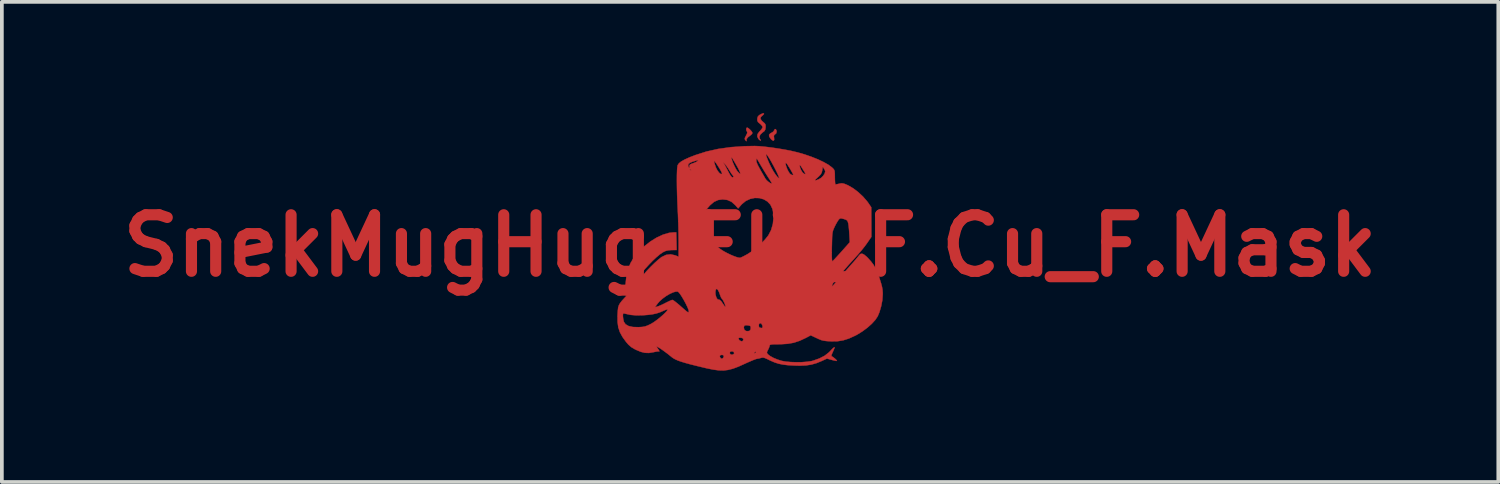
<source format=kicad_pcb>
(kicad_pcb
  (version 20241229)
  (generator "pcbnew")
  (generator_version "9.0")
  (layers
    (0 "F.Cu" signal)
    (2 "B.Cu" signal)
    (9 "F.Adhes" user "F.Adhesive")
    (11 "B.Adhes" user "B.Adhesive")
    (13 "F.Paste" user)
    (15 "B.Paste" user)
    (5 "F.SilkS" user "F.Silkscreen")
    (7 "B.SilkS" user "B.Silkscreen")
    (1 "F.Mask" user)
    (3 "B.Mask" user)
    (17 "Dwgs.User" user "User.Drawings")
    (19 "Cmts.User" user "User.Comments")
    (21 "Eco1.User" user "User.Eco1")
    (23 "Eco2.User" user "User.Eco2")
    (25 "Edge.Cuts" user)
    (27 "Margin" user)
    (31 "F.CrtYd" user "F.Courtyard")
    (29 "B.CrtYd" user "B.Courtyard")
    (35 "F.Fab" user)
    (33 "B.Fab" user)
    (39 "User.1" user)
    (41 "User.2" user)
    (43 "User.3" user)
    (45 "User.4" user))
  (footprint "SnekMugHug_FIX_F.Cu_F.Mask"
    (layer "F.Cu")
    (at 17.17 3.574)
    (property "Reference" "SnekMugHug_FIX_F.Cu_F.Mask" (at 0 0 0) (layer "F.Cu") (effects (font (size 1.524 1.524) (thickness 0.3))))
    (attr through_hole)
    (fp_poly (pts (xy 0.693 -3.142) (xy 0.712 -3.106) (xy 0.716 -3.085) (xy 0.707 -3.032) (xy 0.678 -3.006) (xy 0.648 -2.981) (xy 0.642 -2.942) (xy 0.647 -2.912) (xy 0.65 -2.853) (xy 0.633 -2.83) (xy 0.597 -2.845) (xy 0.564 -2.875) (xy 0.518 -2.939) (xy 0.512 -2.99) (xy 0.546 -3.029) (xy 0.573 -3.042) (xy 0.622 -3.072) (xy 0.65 -3.11) (xy 0.65 -3.111) (xy 0.669 -3.144) (xy 0.693 -3.142)) (stroke (width 0.01) (type solid)) (fill yes) (layer "F.Cu"))
    (fp_poly (pts (xy -0.061 -3.178) (xy -0.022 -3.149) (xy 0.019 -3.109) (xy 0.052 -3.067) (xy 0.064 -3.038) (xy 0.047 -3.007) (xy 0.014 -2.978) (xy -0.058 -2.923) (xy -0.095 -2.875) (xy -0.097 -2.844) (xy -0.092 -2.818) (xy -0.108 -2.826) (xy -0.129 -2.849) (xy -0.143 -2.876) (xy -0.138 -2.91) (xy -0.111 -2.964) (xy -0.108 -2.968) (xy -0.079 -3.029) (xy -0.076 -3.065) (xy -0.083 -3.076) (xy -0.103 -3.116) (xy -0.102 -3.16) (xy -0.086 -3.184) (xy -0.061 -3.178)) (stroke (width 0.01) (type solid)) (fill yes) (layer "F.Cu"))
    (fp_poly (pts (xy -1.986 -0.191) (xy -1.983 -0.1) (xy -1.982 -0.017) (xy -1.98 0.042) (xy -1.98 0.048) (xy -1.979 0.116) (xy -2.117 0.117) (xy -2.199 0.123) (xy -2.274 0.14) (xy -2.348 0.175) (xy -2.429 0.23) (xy -2.523 0.309) (xy -2.626 0.406) (xy -2.721 0.504) (xy -2.827 0.62) (xy -2.937 0.747) (xy -3.044 0.877) (xy -3.141 1) (xy -3.22 1.109) (xy -3.267 1.179) (xy -3.305 1.238) (xy -3.337 1.278) (xy -3.353 1.291) (xy -3.36 1.271) (xy -3.363 1.216) (xy -3.362 1.134) (xy -3.359 1.064) (xy -3.336 0.839) (xy -3.293 0.646) (xy -3.226 0.475) (xy -3.134 0.319) (xy -3.012 0.17) (xy -3.011 0.168) (xy -2.854 0.017) (xy -2.687 -0.114) (xy -2.515 -0.221) (xy -2.345 -0.299) (xy -2.182 -0.347) (xy -2.055 -0.36) (xy -1.99 -0.36) (xy -1.986 -0.191)) (stroke (width 0.01) (type solid)) (fill yes) (layer "F.Cu"))
    (fp_poly (pts (xy 0.376 -3.553) (xy 0.348 -3.522) (xy 0.333 -3.51) (xy 0.288 -3.465) (xy 0.281 -3.42) (xy 0.313 -3.37) (xy 0.35 -3.337) (xy 0.398 -3.295) (xy 0.418 -3.256) (xy 0.42 -3.202) (xy 0.419 -3.189) (xy 0.409 -3.128) (xy 0.383 -3.087) (xy 0.333 -3.05) (xy 0.276 -2.997) (xy 0.252 -2.937) (xy 0.264 -2.881) (xy 0.279 -2.862) (xy 0.293 -2.84) (xy 0.281 -2.836) (xy 0.252 -2.852) (xy 0.223 -2.883) (xy 0.194 -2.947) (xy 0.202 -3.009) (xy 0.249 -3.075) (xy 0.265 -3.09) (xy 0.308 -3.14) (xy 0.335 -3.183) (xy 0.339 -3.198) (xy 0.323 -3.232) (xy 0.283 -3.275) (xy 0.263 -3.291) (xy 0.215 -3.333) (xy 0.196 -3.372) (xy 0.195 -3.422) (xy 0.207 -3.476) (xy 0.241 -3.515) (xy 0.28 -3.54) (xy 0.337 -3.566) (xy 0.37 -3.569) (xy 0.376 -3.553)) (stroke (width 0.01) (type solid)) (fill yes) (layer "F.Cu"))
    (fp_poly (pts (xy 0.245 -2.683) (xy 0.395 -2.669) (xy 0.57 -2.648) (xy 0.759 -2.62) (xy 0.954 -2.587) (xy 1.094 -2.56) (xy 1.281 -2.516) (xy 1.471 -2.461) (xy 1.656 -2.397) (xy 1.829 -2.328) (xy 1.983 -2.255) (xy 2.111 -2.183) (xy 2.205 -2.113) (xy 2.214 -2.105) (xy 2.248 -2.072) (xy 2.269 -2.042) (xy 2.28 -2.005) (xy 2.285 -1.95) (xy 2.286 -1.866) (xy 2.286 -1.844) (xy 2.288 -1.76) (xy 2.292 -1.694) (xy 2.298 -1.657) (xy 2.302 -1.652) (xy 2.331 -1.656) (xy 2.384 -1.667) (xy 2.408 -1.673) (xy 2.458 -1.682) (xy 2.502 -1.68) (xy 2.554 -1.665) (xy 2.625 -1.635) (xy 2.652 -1.622) (xy 2.781 -1.547) (xy 2.916 -1.444) (xy 3.045 -1.324) (xy 3.155 -1.197) (xy 3.186 -1.155) (xy 3.267 -1.036) (xy 3.269 -0.637) (xy 3.27 -0.238) (xy 3.148 -0.061) (xy 3.086 0.023) (xy 3.005 0.124) (xy 2.914 0.232) (xy 2.822 0.334) (xy 2.809 0.349) (xy 2.718 0.448) (xy 2.625 0.552) (xy 2.54 0.65) (xy 2.472 0.73) (xy 2.462 0.742) (xy 2.402 0.814) (xy 2.349 0.876) (xy 2.31 0.919) (xy 2.298 0.931) (xy 2.266 0.966) (xy 2.235 1.014) (xy 2.213 1.06) (xy 2.207 1.091) (xy 2.208 1.094) (xy 2.225 1.083) (xy 2.262 1.045) (xy 2.313 0.987) (xy 2.353 0.94) (xy 2.42 0.86) (xy 2.505 0.762) (xy 2.597 0.656) (xy 2.686 0.555) (xy 2.692 0.548) (xy 2.769 0.462) (xy 2.838 0.383) (xy 2.892 0.317) (xy 2.927 0.274) (xy 2.933 0.266) (xy 2.972 0.224) (xy 3.017 0.214) (xy 3.072 0.238) (xy 3.143 0.297) (xy 3.179 0.333) (xy 3.264 0.428) (xy 3.33 0.516) (xy 3.385 0.611) (xy 3.435 0.723) (xy 3.485 0.863) (xy 3.494 0.892) (xy 3.532 1.014) (xy 3.557 1.109) (xy 3.571 1.19) (xy 3.577 1.27) (xy 3.577 1.309) (xy 3.566 1.466) (xy 3.534 1.633) (xy 3.487 1.793) (xy 3.44 1.904) (xy 3.376 2) (xy 3.281 2.104) (xy 3.162 2.21) (xy 3.027 2.31) (xy 2.885 2.398) (xy 2.835 2.424) (xy 2.666 2.501) (xy 2.512 2.55) (xy 2.36 2.575) (xy 2.195 2.578) (xy 2.174 2.577) (xy 2.068 2.571) (xy 1.99 2.561) (xy 1.924 2.545) (xy 1.854 2.517) (xy 1.797 2.491) (xy 1.636 2.415) (xy 1.501 2.486) (xy 1.336 2.563) (xy 1.178 2.615) (xy 1.013 2.644) (xy 0.825 2.656) (xy 0.788 2.656) (xy 0.678 2.657) (xy 0.603 2.66) (xy 0.558 2.666) (xy 0.535 2.675) (xy 0.529 2.688) (xy 0.52 2.726) (xy 0.496 2.782) (xy 0.486 2.802) (xy 0.46 2.854) (xy 0.454 2.885) (xy 0.467 2.91) (xy 0.48 2.926) (xy 0.541 2.974) (xy 0.631 3.024) (xy 0.741 3.069) (xy 0.852 3.104) (xy 0.962 3.124) (xy 1.098 3.136) (xy 1.248 3.141) (xy 1.399 3.139) (xy 1.538 3.128) (xy 1.654 3.111) (xy 1.693 3.101) (xy 1.869 3.039) (xy 2.01 2.966) (xy 2.125 2.876) (xy 2.165 2.836) (xy 2.215 2.782) (xy 2.255 2.747) (xy 2.276 2.735) (xy 2.277 2.736) (xy 2.275 2.759) (xy 2.256 2.808) (xy 2.232 2.86) (xy 2.2 2.933) (xy 2.193 2.973) (xy 2.2 2.98) (xy 2.232 2.999) (xy 2.274 3.031) (xy 2.314 3.066) (xy 2.339 3.095) (xy 2.342 3.105) (xy 2.318 3.105) (xy 2.266 3.095) (xy 2.203 3.078) (xy 2.073 3.042) (xy 1.928 3.109) (xy 1.788 3.166) (xy 1.65 3.205) (xy 1.504 3.227) (xy 1.337 3.234) (xy 1.185 3.23) (xy 1.02 3.22) (xy 0.885 3.204) (xy 0.769 3.18) (xy 0.66 3.145) (xy 0.547 3.096) (xy 0.512 3.079) (xy 0.432 3.041) (xy 0.378 3.02) (xy 0.338 3.015) (xy 0.301 3.022) (xy 0.292 3.025) (xy 0.233 3.041) (xy 0.185 3.048) (xy 0.152 3.057) (xy 0.089 3.081) (xy 0.003 3.117) (xy -0.097 3.161) (xy -0.145 3.183) (xy -0.313 3.259) (xy -0.457 3.313) (xy -0.587 3.347) (xy -0.712 3.363) (xy -0.843 3.36) (xy -0.991 3.34) (xy -1.165 3.305) (xy -1.228 3.29) (xy -1.436 3.24) (xy -1.607 3.197) (xy -1.746 3.159) (xy -1.858 3.125) (xy -1.946 3.094) (xy -2.016 3.063) (xy -2.071 3.032) (xy -2.118 2.998) (xy -2.127 2.99) (xy -2.159 2.964) (xy -0.815 2.964) (xy -0.814 2.996) (xy -0.793 3.03) (xy -0.763 3.048) (xy -0.762 3.048) (xy -0.737 3.034) (xy -0.72 3.017) (xy -0.706 2.977) (xy -0.727 2.949) (xy -0.762 2.942) (xy -0.802 2.953) (xy -0.815 2.964) (xy -2.159 2.964) (xy -2.202 2.929) (xy -2.273 2.875) (xy -0.546 2.875) (xy -0.543 2.91) (xy -0.515 2.935) (xy -0.473 2.937) (xy -0.438 2.917) (xy -0.428 2.897) (xy -0.435 2.879) (xy 0.116 2.879) (xy 0.117 2.898) (xy 0.125 2.9) (xy 0.154 2.884) (xy 0.159 2.879) (xy 0.158 2.859) (xy 0.151 2.857) (xy 0.121 2.873) (xy 0.116 2.879) (xy -0.435 2.879) (xy -0.44 2.865) (xy -0.47 2.85) (xy -0.521 2.849) (xy -0.546 2.875) (xy -2.273 2.875) (xy -2.281 2.869) (xy -2.357 2.814) (xy -2.424 2.768) (xy -2.477 2.736) (xy -2.51 2.72) (xy -2.518 2.725) (xy -2.514 2.732) (xy -2.47 2.797) (xy -2.446 2.838) (xy -2.446 2.852) (xy -2.451 2.85) (xy -2.481 2.848) (xy -2.539 2.856) (xy -2.612 2.872) (xy -2.613 2.872) (xy -2.727 2.891) (xy -2.835 2.887) (xy -2.949 2.859) (xy -3.079 2.804) (xy -3.107 2.79) (xy -3.203 2.733) (xy -3.282 2.663) (xy -3.343 2.592) (xy -3.407 2.503) (xy -0.315 2.503) (xy -0.291 2.542) (xy -0.283 2.55) (xy -0.239 2.576) (xy -0.201 2.571) (xy -0.181 2.538) (xy -0.18 2.529) (xy -0.191 2.498) (xy -0.231 2.483) (xy -0.249 2.48) (xy -0.301 2.483) (xy -0.315 2.503) (xy -3.407 2.503) (xy -3.441 2.456) (xy -3.51 2.329) (xy -3.549 2.209) (xy -0.169 2.209) (xy -0.153 2.269) (xy -0.107 2.3) (xy -0.053 2.303) (xy -0.008 2.292) (xy 0.012 2.262) (xy 0.017 2.229) (xy 0.017 2.183) (xy -0.001 2.16) (xy -0.005 2.159) (xy 0.234 2.159) (xy 0.246 2.198) (xy 0.259 2.208) (xy 0.312 2.22) (xy 0.337 2.202) (xy 0.339 2.189) (xy 0.328 2.137) (xy 0.301 2.098) (xy 0.269 2.087) (xy 0.264 2.088) (xy 0.24 2.116) (xy 0.234 2.159) (xy -0.005 2.159) (xy -0.05 2.148) (xy -0.119 2.142) (xy -0.157 2.159) (xy -0.169 2.203) (xy -0.169 2.209) (xy -3.549 2.209) (xy -3.552 2.2) (xy -3.572 2.056) (xy -3.573 1.888) (xy -3.428 1.888) (xy -3.428 1.897) (xy -3.42 1.974) (xy -3.402 2.049) (xy -3.401 2.052) (xy -3.356 2.118) (xy -3.275 2.165) (xy -3.158 2.191) (xy -3.006 2.196) (xy -2.995 2.195) (xy -2.902 2.189) (xy -2.831 2.176) (xy -2.761 2.151) (xy -2.676 2.11) (xy -2.667 2.105) (xy -2.597 2.063) (xy -2.518 2.006) (xy -2.435 1.941) (xy -2.357 1.874) (xy -2.291 1.812) (xy -2.244 1.76) (xy -2.223 1.724) (xy -2.223 1.721) (xy -2.24 1.719) (xy -2.285 1.733) (xy -2.344 1.758) (xy -2.44 1.799) (xy -2.533 1.828) (xy -2.636 1.85) (xy -2.76 1.865) (xy -2.879 1.874) (xy -3.063 1.878) (xy -3.224 1.864) (xy -3.379 1.83) (xy -3.381 1.829) (xy -3.412 1.824) (xy -3.425 1.841) (xy -3.428 1.888) (xy -3.573 1.888) (xy -3.573 1.887) (xy -3.572 1.849) (xy -3.565 1.747) (xy -3.556 1.67) (xy -3.552 1.657) (xy -2.565 1.657) (xy -2.505 1.642) (xy -2.458 1.626) (xy -2.388 1.596) (xy -2.306 1.557) (xy -2.282 1.544) (xy -2.205 1.506) (xy -2.142 1.477) (xy -2.102 1.462) (xy -2.095 1.46) (xy -2.063 1.475) (xy -2.003 1.52) (xy -1.913 1.594) (xy -1.794 1.699) (xy -1.771 1.719) (xy -1.71 1.771) (xy -1.673 1.794) (xy -1.655 1.791) (xy -1.651 1.766) (xy -1.662 1.72) (xy -1.69 1.65) (xy -1.731 1.565) (xy -1.78 1.474) (xy -1.831 1.387) (xy -1.879 1.312) (xy -1.92 1.259) (xy -1.939 1.244) (xy -0.935 1.244) (xy -0.932 1.307) (xy -0.917 1.37) (xy -0.894 1.422) (xy -0.868 1.45) (xy -0.854 1.451) (xy -0.818 1.46) (xy -0.772 1.504) (xy -0.719 1.582) (xy -0.717 1.585) (xy -0.684 1.633) (xy -0.666 1.644) (xy -0.665 1.621) (xy -0.682 1.567) (xy -0.694 1.539) (xy -0.723 1.481) (xy -0.749 1.44) (xy -0.758 1.431) (xy -0.778 1.404) (xy -0.8 1.352) (xy -0.804 1.338) (xy -0.838 1.246) (xy -0.87 1.187) (xy -0.898 1.163) (xy -0.92 1.176) (xy -0.934 1.229) (xy -0.935 1.244) (xy -1.939 1.244) (xy -1.945 1.238) (xy -2 1.236) (xy -2.077 1.258) (xy -2.168 1.3) (xy -2.264 1.357) (xy -2.356 1.424) (xy -2.438 1.497) (xy -2.487 1.553) (xy -2.565 1.657) (xy -3.552 1.657) (xy -3.537 1.607) (xy -3.505 1.549) (xy -3.456 1.486) (xy -3.383 1.406) (xy -3.345 1.365) (xy -3.161 1.162) (xy -3.009 0.969) (xy -2.933 0.861) (xy -2.869 0.777) (xy -2.782 0.676) (xy -2.681 0.57) (xy -2.577 0.468) (xy -2.477 0.378) (xy -2.393 0.311) (xy -2.382 0.304) (xy -2.264 0.247) (xy -2.143 0.232) (xy -2.018 0.259) (xy -2.003 0.265) (xy -1.926 0.297) (xy -1.926 -0.111) (xy -1.928 -0.276) (xy -1.931 -0.464) (xy -1.936 -0.654) (xy -1.937 -0.656) (xy -1.259 -0.656) (xy -1.257 -0.563) (xy -1.249 -0.495) (xy -1.232 -0.437) (xy -1.202 -0.373) (xy -1.186 -0.342) (xy -1.061 -0.154) (xy -0.901 0.012) (xy -0.796 0.094) (xy -0.716 0.145) (xy -0.621 0.197) (xy -0.521 0.245) (xy -0.426 0.285) (xy -0.344 0.313) (xy -0.284 0.326) (xy -0.265 0.325) (xy -0.227 0.309) (xy -0.164 0.279) (xy -0.089 0.238) (xy -0.067 0.226) (xy 0.011 0.175) (xy 2.203 0.175) (xy 2.204 0.29) (xy 2.207 0.371) (xy 2.213 0.414) (xy 2.218 0.42) (xy 2.238 0.403) (xy 2.281 0.359) (xy 2.341 0.294) (xy 2.414 0.214) (xy 2.464 0.159) (xy 2.689 -0.095) (xy 2.676 -0.318) (xy 2.669 -0.419) (xy 2.66 -0.514) (xy 2.65 -0.587) (xy 2.644 -0.616) (xy 2.627 -0.665) (xy 2.599 -0.694) (xy 2.545 -0.715) (xy 2.526 -0.721) (xy 2.466 -0.736) (xy 2.43 -0.736) (xy 2.404 -0.718) (xy 2.385 -0.697) (xy 2.355 -0.651) (xy 2.316 -0.583) (xy 2.278 -0.508) (xy 2.256 -0.459) (xy 2.239 -0.416) (xy 2.227 -0.372) (xy 2.219 -0.319) (xy 2.213 -0.25) (xy 2.21 -0.157) (xy 2.207 -0.032) (xy 2.205 0.029) (xy 2.203 0.175) (xy 0.011 0.175) (xy 0.049 0.151) (xy 0.174 0.053) (xy 0.296 -0.057) (xy 0.405 -0.169) (xy 0.488 -0.272) (xy 0.493 -0.279) (xy 0.568 -0.423) (xy 0.615 -0.588) (xy 0.632 -0.761) (xy 0.617 -0.929) (xy 0.602 -0.994) (xy 0.549 -1.106) (xy 0.468 -1.192) (xy 0.367 -1.252) (xy 0.251 -1.284) (xy 0.128 -1.288) (xy 0.004 -1.262) (xy -0.115 -1.207) (xy -0.221 -1.12) (xy -0.241 -1.098) (xy -0.321 -1.005) (xy -0.399 -1.094) (xy -0.499 -1.183) (xy -0.613 -1.234) (xy -0.741 -1.249) (xy -0.86 -1.233) (xy -0.969 -1.183) (xy -1.074 -1.095) (xy -1.095 -1.073) (xy -1.171 -0.985) (xy -1.219 -0.908) (xy -1.246 -0.829) (xy -1.257 -0.733) (xy -1.259 -0.656) (xy -1.937 -0.656) (xy -1.943 -0.83) (xy -1.947 -0.91) (xy -1.958 -1.143) (xy -1.966 -1.363) (xy -1.971 -1.565) (xy -1.973 -1.745) (xy -1.972 -1.9) (xy -1.968 -2.025) (xy -1.965 -2.068) (xy -1.626 -2.068) (xy -1.621 -2.056) (xy -1.6 -2.034) (xy -1.588 -2.038) (xy -1.587 -2.041) (xy -1.603 -2.059) (xy -1.612 -2.066) (xy -1.626 -2.068) (xy -1.965 -2.068) (xy -1.961 -2.116) (xy -1.952 -2.169) (xy -1.951 -2.17) (xy -1.669 -2.17) (xy -1.659 -2.129) (xy -1.643 -2.098) (xy -1.634 -2.108) (xy -1.635 -2.143) (xy -1.632 -2.174) (xy -1.606 -2.197) (xy -1.548 -2.22) (xy -1.541 -2.222) (xy -1.483 -2.244) (xy -1.436 -2.268) (xy -1.43 -2.272) (xy -0.97 -2.272) (xy -0.959 -2.225) (xy -0.951 -2.195) (xy -0.921 -2.11) (xy -0.883 -2.035) (xy -0.841 -1.976) (xy -0.801 -1.939) (xy -0.768 -1.931) (xy -0.754 -1.943) (xy -0.761 -1.966) (xy -0.786 -2.017) (xy -0.826 -2.086) (xy -0.859 -2.138) (xy -0.914 -2.223) (xy -0.936 -2.254) (xy -0.725 -2.254) (xy -0.672 -2.159) (xy -0.631 -2.082) (xy -0.585 -1.994) (xy -0.563 -1.953) (xy -0.528 -1.893) (xy -0.495 -1.853) (xy -0.476 -1.841) (xy -0.448 -1.852) (xy -0.445 -1.861) (xy -0.46 -1.89) (xy -0.464 -1.893) (xy -0.484 -1.917) (xy -0.517 -1.966) (xy -0.548 -2.016) (xy -0.594 -2.089) (xy -0.642 -2.158) (xy -0.669 -2.191) (xy -0.725 -2.254) (xy -0.936 -2.254) (xy -0.949 -2.272) (xy -0.967 -2.288) (xy -0.97 -2.272) (xy -1.43 -2.272) (xy -1.406 -2.288) (xy -1.399 -2.301) (xy -1.42 -2.302) (xy -1.439 -2.298) (xy -1.547 -2.266) (xy -1.618 -2.237) (xy -1.657 -2.206) (xy -1.669 -2.17) (xy -1.951 -2.17) (xy -1.95 -2.173) (xy -1.918 -2.221) (xy -1.857 -2.27) (xy -1.765 -2.322) (xy -1.685 -2.358) (xy -0.501 -2.358) (xy -0.486 -2.304) (xy -0.46 -2.234) (xy -0.426 -2.157) (xy -0.39 -2.085) (xy -0.356 -2.027) (xy -0.34 -2.006) (xy -0.293 -1.955) (xy -0.267 -1.939) (xy -0.264 -1.957) (xy -0.282 -2.006) (xy -0.321 -2.086) (xy -0.373 -2.179) (xy -0.421 -2.262) (xy -0.447 -2.305) (xy 0.169 -2.305) (xy 0.171 -2.279) (xy 0.177 -2.25) (xy 0.19 -2.215) (xy 0.212 -2.166) (xy 0.247 -2.101) (xy 0.296 -2.012) (xy 0.363 -1.896) (xy 0.415 -1.805) (xy 0.448 -1.764) (xy 0.494 -1.723) (xy 0.54 -1.692) (xy 0.576 -1.678) (xy 0.587 -1.681) (xy 0.579 -1.7) (xy 0.552 -1.745) (xy 0.536 -1.771) (xy 1.75 -1.771) (xy 1.752 -1.762) (xy 1.777 -1.765) (xy 1.789 -1.767) (xy 1.849 -1.79) (xy 1.912 -1.827) (xy 1.918 -1.831) (xy 1.969 -1.882) (xy 2.008 -1.94) (xy 2.01 -1.946) (xy 2.026 -1.998) (xy 2.016 -2.039) (xy 1.998 -2.069) (xy 1.959 -2.127) (xy 1.946 -2.033) (xy 1.932 -1.974) (xy 1.905 -1.925) (xy 1.856 -1.871) (xy 1.829 -1.846) (xy 1.775 -1.797) (xy 1.75 -1.771) (xy 0.536 -1.771) (xy 0.511 -1.81) (xy 0.489 -1.843) (xy 0.43 -1.936) (xy 0.362 -2.046) (xy 0.297 -2.155) (xy 0.277 -2.19) (xy 0.229 -2.273) (xy 0.198 -2.324) (xy 0.18 -2.345) (xy 0.172 -2.341) (xy 0.169 -2.315) (xy 0.169 -2.305) (xy -0.447 -2.305) (xy -0.461 -2.328) (xy -0.489 -2.372) (xy -0.501 -2.385) (xy -0.501 -2.358) (xy -1.685 -2.358) (xy -1.638 -2.38) (xy -1.475 -2.443) (xy -1.39 -2.47) (xy 0.431 -2.47) (xy 0.432 -2.444) (xy 0.448 -2.389) (xy 0.477 -2.314) (xy 0.514 -2.227) (xy 0.558 -2.136) (xy 0.579 -2.095) (xy 0.634 -1.998) (xy 0.689 -1.916) (xy 0.737 -1.855) (xy 0.775 -1.823) (xy 0.786 -1.82) (xy 0.783 -1.838) (xy 0.764 -1.886) (xy 0.733 -1.957) (xy 0.694 -2.037) (xy 0.641 -2.14) (xy 0.6 -2.216) (xy 0.956 -2.216) (xy 0.964 -2.175) (xy 0.981 -2.121) (xy 1.005 -2.06) (xy 1.035 -2.002) (xy 1.066 -1.953) (xy 1.075 -1.942) (xy 1.108 -1.917) (xy 1.142 -1.904) (xy 1.163 -1.909) (xy 1.164 -1.914) (xy 1.154 -1.939) (xy 1.127 -1.989) (xy 1.091 -2.052) (xy 1.051 -2.118) (xy 1.036 -2.144) (xy 1.337 -2.144) (xy 1.352 -2.094) (xy 1.377 -2.037) (xy 1.407 -1.987) (xy 1.424 -1.967) (xy 1.468 -1.933) (xy 1.49 -1.93) (xy 1.486 -1.955) (xy 1.471 -1.983) (xy 1.434 -2.041) (xy 1.394 -2.106) (xy 1.392 -2.11) (xy 1.363 -2.153) (xy 1.343 -2.172) (xy 1.339 -2.172) (xy 1.337 -2.144) (xy 1.036 -2.144) (xy 1.015 -2.176) (xy 0.988 -2.215) (xy 0.982 -2.222) (xy 0.962 -2.234) (xy 0.956 -2.216) (xy 0.6 -2.216) (xy 0.587 -2.24) (xy 0.536 -2.329) (xy 0.49 -2.401) (xy 0.455 -2.451) (xy 0.434 -2.471) (xy 0.431 -2.47) (xy -1.39 -2.47) (xy -1.178 -2.538) (xy -0.861 -2.609) (xy -0.519 -2.657) (xy -0.147 -2.683) (xy 0.127 -2.688) (xy 0.245 -2.683)) (stroke (width 0.01) (type solid)) (fill yes) (layer "F.Cu"))
    (fp_poly (pts (xy 0.693 -3.142) (xy 0.712 -3.106) (xy 0.716 -3.085) (xy 0.707 -3.032) (xy 0.678 -3.006) (xy 0.648 -2.981) (xy 0.642 -2.942) (xy 0.647 -2.912) (xy 0.65 -2.853) (xy 0.633 -2.83) (xy 0.597 -2.845) (xy 0.564 -2.875) (xy 0.518 -2.939) (xy 0.512 -2.99) (xy 0.546 -3.029) (xy 0.573 -3.042) (xy 0.622 -3.072) (xy 0.65 -3.11) (xy 0.65 -3.111) (xy 0.669 -3.144) (xy 0.693 -3.142)) (stroke (width 0.01) (type solid)) (fill yes) (layer "F.Mask"))
    (fp_poly (pts (xy -0.061 -3.178) (xy -0.022 -3.149) (xy 0.019 -3.109) (xy 0.052 -3.067) (xy 0.064 -3.038) (xy 0.047 -3.007) (xy 0.014 -2.978) (xy -0.058 -2.923) (xy -0.095 -2.875) (xy -0.097 -2.844) (xy -0.091 -2.818) (xy -0.107 -2.825) (xy -0.123 -2.841) (xy -0.146 -2.881) (xy -0.137 -2.929) (xy -0.102 -2.986) (xy -0.073 -3.033) (xy -0.072 -3.063) (xy -0.081 -3.074) (xy -0.102 -3.115) (xy -0.103 -3.16) (xy -0.086 -3.184) (xy -0.061 -3.178)) (stroke (width 0.01) (type solid)) (fill yes) (layer "F.Mask"))
    (fp_poly (pts (xy -1.986 -0.191) (xy -1.983 -0.1) (xy -1.982 -0.017) (xy -1.98 0.042) (xy -1.98 0.048) (xy -1.979 0.116) (xy -2.117 0.117) (xy -2.199 0.123) (xy -2.274 0.14) (xy -2.348 0.175) (xy -2.429 0.23) (xy -2.523 0.309) (xy -2.626 0.406) (xy -2.721 0.504) (xy -2.827 0.62) (xy -2.937 0.747) (xy -3.044 0.877) (xy -3.141 1) (xy -3.22 1.109) (xy -3.267 1.179) (xy -3.305 1.238) (xy -3.337 1.278) (xy -3.353 1.291) (xy -3.36 1.271) (xy -3.363 1.216) (xy -3.362 1.134) (xy -3.359 1.064) (xy -3.336 0.839) (xy -3.293 0.646) (xy -3.226 0.475) (xy -3.134 0.319) (xy -3.012 0.17) (xy -3.011 0.168) (xy -2.854 0.017) (xy -2.687 -0.114) (xy -2.515 -0.221) (xy -2.345 -0.299) (xy -2.182 -0.347) (xy -2.055 -0.36) (xy -1.99 -0.36) (xy -1.986 -0.191)) (stroke (width 0.01) (type solid)) (fill yes) (layer "F.Mask"))
    (fp_poly (pts (xy 0.375 -3.552) (xy 0.345 -3.519) (xy 0.333 -3.51) (xy 0.288 -3.465) (xy 0.281 -3.42) (xy 0.313 -3.37) (xy 0.35 -3.337) (xy 0.398 -3.295) (xy 0.418 -3.256) (xy 0.42 -3.202) (xy 0.419 -3.189) (xy 0.409 -3.128) (xy 0.383 -3.087) (xy 0.333 -3.05) (xy 0.276 -2.997) (xy 0.252 -2.937) (xy 0.264 -2.881) (xy 0.279 -2.862) (xy 0.293 -2.84) (xy 0.281 -2.836) (xy 0.252 -2.852) (xy 0.223 -2.883) (xy 0.194 -2.947) (xy 0.202 -3.009) (xy 0.249 -3.075) (xy 0.265 -3.09) (xy 0.308 -3.14) (xy 0.335 -3.183) (xy 0.339 -3.198) (xy 0.323 -3.232) (xy 0.283 -3.275) (xy 0.263 -3.291) (xy 0.216 -3.333) (xy 0.196 -3.371) (xy 0.195 -3.423) (xy 0.195 -3.425) (xy 0.206 -3.479) (xy 0.236 -3.516) (xy 0.28 -3.543) (xy 0.338 -3.567) (xy 0.371 -3.569) (xy 0.375 -3.552)) (stroke (width 0.01) (type solid)) (fill yes) (layer "F.Mask"))
    (fp_poly (pts (xy 0.292 -1.272) (xy 0.416 -1.226) (xy 0.492 -1.178) (xy 0.544 -1.118) (xy 0.568 -1.074) (xy 0.612 -0.946) (xy 0.63 -0.796) (xy 0.622 -0.635) (xy 0.59 -0.475) (xy 0.551 -0.368) (xy 0.502 -0.285) (xy 0.424 -0.187) (xy 0.324 -0.082) (xy 0.211 0.023) (xy 0.091 0.121) (xy -0.027 0.206) (xy -0.131 0.267) (xy -0.202 0.298) (xy -0.264 0.312) (xy -0.33 0.309) (xy -0.411 0.287) (xy -0.517 0.246) (xy -0.529 0.241) (xy -0.624 0.197) (xy -0.718 0.148) (xy -0.793 0.103) (xy -0.808 0.092) (xy -0.929 -0.011) (xy -1.045 -0.135) (xy -1.143 -0.266) (xy -1.191 -0.347) (xy -1.225 -0.418) (xy -1.245 -0.479) (xy -1.255 -0.546) (xy -1.258 -0.636) (xy -1.258 -0.656) (xy -1.255 -0.77) (xy -1.239 -0.857) (xy -1.207 -0.932) (xy -1.151 -1.01) (xy -1.116 -1.051) (xy -1.023 -1.147) (xy -0.936 -1.208) (xy -0.847 -1.24) (xy -0.758 -1.249) (xy -0.624 -1.236) (xy -0.515 -1.194) (xy -0.421 -1.119) (xy -0.399 -1.095) (xy -0.321 -1.006) (xy -0.236 -1.103) (xy -0.122 -1.203) (xy 0.008 -1.265) (xy 0.148 -1.288) (xy 0.292 -1.272)) (stroke (width 0.01) (type solid)) (fill yes) (layer "F.Mask"))
    (fp_poly (pts (xy 0.222 -2.681) (xy 0.363 -2.673) (xy 0.509 -2.658) (xy 0.668 -2.636) (xy 0.851 -2.605) (xy 1.035 -2.57) (xy 1.239 -2.525) (xy 1.442 -2.469) (xy 1.637 -2.404) (xy 1.818 -2.333) (xy 1.978 -2.259) (xy 2.11 -2.184) (xy 2.208 -2.111) (xy 2.214 -2.106) (xy 2.248 -2.072) (xy 2.269 -2.043) (xy 2.28 -2.006) (xy 2.285 -1.951) (xy 2.286 -1.867) (xy 2.286 -1.844) (xy 2.288 -1.76) (xy 2.292 -1.694) (xy 2.298 -1.657) (xy 2.302 -1.652) (xy 2.331 -1.656) (xy 2.384 -1.667) (xy 2.408 -1.673) (xy 2.458 -1.682) (xy 2.502 -1.68) (xy 2.553 -1.666) (xy 2.624 -1.635) (xy 2.652 -1.622) (xy 2.803 -1.533) (xy 2.953 -1.413) (xy 3.094 -1.269) (xy 3.16 -1.186) (xy 3.255 -1.061) (xy 3.27 -0.806) (xy 3.275 -0.685) (xy 3.276 -0.56) (xy 3.274 -0.446) (xy 3.27 -0.382) (xy 3.263 -0.305) (xy 3.252 -0.248) (xy 3.234 -0.198) (xy 3.203 -0.143) (xy 3.155 -0.072) (xy 3.122 -0.025) (xy 3.052 0.066) (xy 2.964 0.174) (xy 2.87 0.283) (xy 2.79 0.372) (xy 2.706 0.462) (xy 2.624 0.553) (xy 2.552 0.635) (xy 2.5 0.697) (xy 2.498 0.699) (xy 2.434 0.777) (xy 2.365 0.858) (xy 2.319 0.911) (xy 2.268 0.97) (xy 2.228 1.022) (xy 2.21 1.049) (xy 2.188 1.077) (xy 2.163 1.07) (xy 2.148 1.058) (xy 2.14 1.05) (xy 2.134 1.038) (xy 2.128 1.017) (xy 2.124 0.987) (xy 2.121 0.942) (xy 2.118 0.88) (xy 2.117 0.798) (xy 2.116 0.692) (xy 2.116 0.56) (xy 2.117 0.398) (xy 2.119 0.203) (xy 2.119 0.172) (xy 2.203 0.172) (xy 2.204 0.286) (xy 2.207 0.368) (xy 2.212 0.412) (xy 2.217 0.42) (xy 2.238 0.403) (xy 2.28 0.359) (xy 2.341 0.294) (xy 2.413 0.214) (xy 2.463 0.159) (xy 2.551 0.057) (xy 2.614 -0.019) (xy 2.655 -0.075) (xy 2.678 -0.117) (xy 2.687 -0.15) (xy 2.687 -0.159) (xy 2.684 -0.248) (xy 2.676 -0.348) (xy 2.666 -0.449) (xy 2.653 -0.542) (xy 2.64 -0.615) (xy 2.628 -0.66) (xy 2.624 -0.667) (xy 2.588 -0.693) (xy 2.531 -0.718) (xy 2.517 -0.723) (xy 2.466 -0.734) (xy 2.427 -0.731) (xy 2.392 -0.707) (xy 2.356 -0.656) (xy 2.313 -0.574) (xy 2.291 -0.532) (xy 2.213 -0.37) (xy 2.205 0.029) (xy 2.203 0.172) (xy 2.119 0.172) (xy 2.121 -0.027) (xy 2.124 -0.291) (xy 2.127 -0.594) (xy 2.127 -0.72) (xy 2.225 -0.72) (xy 2.303 -0.796) (xy 2.356 -0.842) (xy 2.397 -0.862) (xy 2.445 -0.863) (xy 2.455 -0.861) (xy 2.541 -0.841) (xy 2.625 -0.809) (xy 2.696 -0.769) (xy 2.741 -0.729) (xy 2.749 -0.715) (xy 2.757 -0.677) (xy 2.765 -0.606) (xy 2.773 -0.511) (xy 2.78 -0.4) (xy 2.783 -0.36) (xy 2.798 -0.053) (xy 2.675 0.085) (xy 2.598 0.17) (xy 2.51 0.267) (xy 2.429 0.355) (xy 2.422 0.362) (xy 2.358 0.434) (xy 2.317 0.488) (xy 2.295 0.535) (xy 2.283 0.586) (xy 2.28 0.606) (xy 2.276 0.67) (xy 2.278 0.717) (xy 2.281 0.729) (xy 2.299 0.724) (xy 2.336 0.692) (xy 2.384 0.641) (xy 2.39 0.634) (xy 2.443 0.574) (xy 2.515 0.493) (xy 2.599 0.403) (xy 2.683 0.313) (xy 2.688 0.307) (xy 2.779 0.209) (xy 2.872 0.1) (xy 2.959 -0.005) (xy 3.022 -0.088) (xy 3.154 -0.271) (xy 3.154 -1.008) (xy 3.085 -1.073) (xy 3.036 -1.116) (xy 2.968 -1.17) (xy 2.887 -1.23) (xy 2.802 -1.292) (xy 2.721 -1.349) (xy 2.65 -1.396) (xy 2.598 -1.428) (xy 2.572 -1.439) (xy 2.543 -1.429) (xy 2.489 -1.403) (xy 2.421 -1.366) (xy 2.349 -1.324) (xy 2.286 -1.285) (xy 2.272 -1.276) (xy 2.261 -1.247) (xy 2.251 -1.182) (xy 2.242 -1.084) (xy 2.237 -0.99) (xy 2.225 -0.72) (xy 2.127 -0.72) (xy 2.128 -0.856) (xy 2.129 -1.078) (xy 2.128 -1.259) (xy 2.126 -1.402) (xy 2.123 -1.507) (xy 2.119 -1.575) (xy 2.113 -1.606) (xy 2.106 -1.603) (xy 2.098 -1.565) (xy 2.088 -1.493) (xy 2.081 -1.434) (xy 2.063 -1.259) (xy 2.039 -1.435) (xy 2.027 -1.517) (xy 2.015 -1.582) (xy 2.005 -1.619) (xy 2.003 -1.624) (xy 1.979 -1.623) (xy 1.925 -1.611) (xy 1.851 -1.59) (xy 1.826 -1.582) (xy 1.573 -1.515) (xy 1.288 -1.469) (xy 0.97 -1.444) (xy 0.73 -1.439) (xy 0.596 -1.442) (xy 0.44 -1.447) (xy 0.27 -1.456) (xy 0.095 -1.468) (xy -0.078 -1.481) (xy -0.241 -1.496) (xy -0.387 -1.511) (xy -0.507 -1.527) (xy -0.593 -1.542) (xy -0.603 -1.544) (xy -0.71 -1.568) (xy -0.834 -1.594) (xy -0.949 -1.616) (xy -0.958 -1.618) (xy -1.098 -1.649) (xy -1.247 -1.691) (xy -1.391 -1.74) (xy -1.517 -1.791) (xy -1.605 -1.835) (xy -1.659 -1.863) (xy -1.698 -1.877) (xy -1.707 -1.877) (xy -1.715 -1.849) (xy -1.721 -1.784) (xy -1.727 -1.686) (xy -1.732 -1.561) (xy -1.736 -1.413) (xy -1.74 -1.247) (xy -1.743 -1.067) (xy -1.745 -0.88) (xy -1.746 -0.69) (xy -1.747 -0.501) (xy -1.746 -0.318) (xy -1.745 -0.147) (xy -1.742 0.007) (xy -1.739 0.141) (xy -1.734 0.248) (xy -1.729 0.325) (xy -1.723 0.363) (xy -1.69 0.408) (xy -1.624 0.431) (xy -1.528 0.43) (xy -1.445 0.415) (xy -1.327 0.39) (xy -1.2 0.365) (xy -1.076 0.344) (xy -0.964 0.328) (xy -0.877 0.319) (xy -0.841 0.318) (xy -0.772 0.329) (xy -0.695 0.367) (xy -0.657 0.393) (xy -0.6 0.44) (xy -0.529 0.509) (xy -0.45 0.592) (xy -0.371 0.68) (xy -0.298 0.767) (xy -0.239 0.843) (xy -0.2 0.902) (xy -0.19 0.922) (xy -0.18 0.968) (xy -0.173 1.043) (xy -0.169 1.131) (xy -0.169 1.15) (xy -0.166 1.252) (xy -0.156 1.327) (xy -0.135 1.39) (xy -0.122 1.419) (xy -0.055 1.507) (xy 0.04 1.571) (xy 0.152 1.605) (xy 0.202 1.609) (xy 0.258 1.613) (xy 0.301 1.631) (xy 0.339 1.669) (xy 0.38 1.734) (xy 0.413 1.799) (xy 0.483 1.956) (xy 0.539 2.119) (xy 0.576 2.272) (xy 0.586 2.347) (xy 0.599 2.482) (xy 0.792 2.47) (xy 0.897 2.457) (xy 1.029 2.434) (xy 1.172 2.403) (xy 1.315 2.367) (xy 1.441 2.33) (xy 1.477 2.317) (xy 1.484 2.299) (xy 1.465 2.254) (xy 1.422 2.186) (xy 1.346 2.061) (xy 1.272 1.917) (xy 1.207 1.771) (xy 1.159 1.64) (xy 1.156 1.629) (xy 1.126 1.489) (xy 1.102 1.31) (xy 1.087 1.093) (xy 1.079 0.841) (xy 1.079 0.762) (xy 1.077 0.595) (xy 1.073 0.465) (xy 1.066 0.365) (xy 1.054 0.289) (xy 1.037 0.232) (xy 1.013 0.186) (xy 0.982 0.147) (xy 0.972 0.136) (xy 0.914 0.086) (xy 0.845 0.051) (xy 0.755 0.026) (xy 0.65 0.01) (xy 0.588 -0.000215) (xy 0.56 -0.014) (xy 0.553 -0.038) (xy 0.554 -0.049) (xy 0.578 -0.091) (xy 0.634 -0.141) (xy 0.713 -0.194) (xy 0.807 -0.244) (xy 0.879 -0.274) (xy 1.039 -0.312) (xy 1.205 -0.311) (xy 1.37 -0.272) (xy 1.527 -0.198) (xy 1.597 -0.149) (xy 1.697 -0.06) (xy 1.781 0.043) (xy 1.85 0.165) (xy 1.908 0.312) (xy 1.958 0.489) (xy 2 0.699) (xy 2.019 0.795) (xy 2.04 0.885) (xy 2.059 0.953) (xy 2.067 0.973) (xy 2.101 1.04) (xy 2.14 1.093) (xy 2.174 1.12) (xy 2.182 1.122) (xy 2.202 1.107) (xy 2.242 1.065) (xy 2.297 1.004) (xy 2.353 0.938) (xy 2.431 0.847) (xy 2.525 0.739) (xy 2.622 0.628) (xy 2.703 0.538) (xy 2.777 0.453) (xy 2.844 0.376) (xy 2.897 0.312) (xy 2.929 0.271) (xy 2.932 0.266) (xy 2.97 0.225) (xy 3.011 0.213) (xy 3.062 0.231) (xy 3.127 0.283) (xy 3.2 0.357) (xy 3.285 0.456) (xy 3.353 0.554) (xy 3.409 0.662) (xy 3.461 0.79) (xy 3.512 0.95) (xy 3.512 0.951) (xy 3.558 1.139) (xy 3.576 1.31) (xy 3.567 1.476) (xy 3.534 1.639) (xy 3.487 1.791) (xy 3.432 1.913) (xy 3.363 2.015) (xy 3.273 2.111) (xy 3.266 2.117) (xy 3.082 2.271) (xy 2.899 2.391) (xy 2.707 2.483) (xy 2.543 2.54) (xy 2.46 2.563) (xy 2.384 2.576) (xy 2.301 2.58) (xy 2.193 2.578) (xy 2.174 2.577) (xy 2.068 2.571) (xy 1.99 2.561) (xy 1.924 2.545) (xy 1.854 2.517) (xy 1.797 2.491) (xy 1.635 2.414) (xy 1.521 2.476) (xy 1.444 2.513) (xy 1.346 2.555) (xy 1.247 2.592) (xy 1.238 2.595) (xy 1.156 2.622) (xy 1.082 2.639) (xy 1.003 2.65) (xy 0.905 2.656) (xy 0.805 2.658) (xy 0.688 2.661) (xy 0.607 2.667) (xy 0.559 2.675) (xy 0.536 2.686) (xy 0.533 2.691) (xy 0.519 2.727) (xy 0.493 2.782) (xy 0.484 2.802) (xy 0.459 2.854) (xy 0.454 2.886) (xy 0.468 2.911) (xy 0.481 2.926) (xy 0.54 2.974) (xy 0.63 3.023) (xy 0.738 3.069) (xy 0.85 3.103) (xy 0.945 3.121) (xy 1.068 3.133) (xy 1.206 3.139) (xy 1.348 3.14) (xy 1.481 3.135) (xy 1.592 3.125) (xy 1.651 3.114) (xy 1.835 3.053) (xy 1.995 2.973) (xy 2.124 2.877) (xy 2.165 2.836) (xy 2.215 2.783) (xy 2.255 2.747) (xy 2.276 2.735) (xy 2.277 2.736) (xy 2.275 2.759) (xy 2.257 2.808) (xy 2.236 2.853) (xy 2.182 2.958) (xy 2.261 3.022) (xy 2.304 3.061) (xy 2.326 3.09) (xy 2.327 3.098) (xy 2.302 3.099) (xy 2.249 3.09) (xy 2.194 3.076) (xy 2.074 3.042) (xy 1.928 3.109) (xy 1.788 3.166) (xy 1.65 3.205) (xy 1.504 3.227) (xy 1.338 3.234) (xy 1.185 3.23) (xy 1.02 3.22) (xy 0.885 3.204) (xy 0.769 3.18) (xy 0.661 3.145) (xy 0.548 3.096) (xy 0.511 3.078) (xy 0.43 3.04) (xy 0.375 3.02) (xy 0.338 3.015) (xy 0.306 3.024) (xy 0.304 3.025) (xy 0.24 3.043) (xy 0.195 3.048) (xy 0.157 3.057) (xy 0.088 3.081) (xy -0.001 3.118) (xy -0.104 3.163) (xy -0.148 3.184) (xy -0.289 3.249) (xy -0.412 3.299) (xy -0.524 3.335) (xy -0.631 3.356) (xy -0.74 3.364) (xy -0.859 3.358) (xy -0.994 3.339) (xy -1.153 3.306) (xy -1.342 3.261) (xy -1.431 3.239) (xy -1.606 3.194) (xy -1.747 3.156) (xy -1.857 3.123) (xy -1.945 3.093) (xy -2.014 3.063) (xy -2.072 3.031) (xy -2.124 2.994) (xy -2.161 2.964) (xy -0.815 2.964) (xy -0.814 2.996) (xy -0.793 3.03) (xy -0.763 3.048) (xy -0.762 3.048) (xy -0.737 3.034) (xy -0.72 3.017) (xy -0.706 2.977) (xy -0.727 2.949) (xy -0.762 2.942) (xy -0.802 2.953) (xy -0.815 2.964) (xy -2.161 2.964) (xy -2.177 2.951) (xy -2.18 2.948) (xy -2.248 2.893) (xy -2.272 2.875) (xy -0.546 2.875) (xy -0.543 2.91) (xy -0.515 2.935) (xy -0.473 2.937) (xy -0.438 2.917) (xy -0.428 2.897) (xy -0.435 2.879) (xy 0.116 2.879) (xy 0.117 2.898) (xy 0.125 2.9) (xy 0.154 2.884) (xy 0.159 2.879) (xy 0.158 2.859) (xy 0.151 2.857) (xy 0.121 2.873) (xy 0.116 2.879) (xy -0.435 2.879) (xy -0.44 2.865) (xy -0.47 2.85) (xy -0.521 2.849) (xy -0.546 2.875) (xy -2.272 2.875) (xy -2.333 2.829) (xy -2.413 2.772) (xy -2.48 2.729) (xy -2.516 2.708) (xy -2.526 2.71) (xy -2.514 2.732) (xy -2.469 2.797) (xy -2.446 2.838) (xy -2.446 2.852) (xy -2.451 2.85) (xy -2.481 2.848) (xy -2.539 2.856) (xy -2.612 2.872) (xy -2.613 2.872) (xy -2.727 2.891) (xy -2.835 2.887) (xy -2.949 2.859) (xy -3.079 2.804) (xy -3.107 2.79) (xy -3.226 2.711) (xy -3.339 2.599) (xy -3.408 2.503) (xy -0.315 2.503) (xy -0.291 2.542) (xy -0.283 2.55) (xy -0.239 2.576) (xy -0.201 2.571) (xy -0.181 2.538) (xy -0.18 2.529) (xy -0.191 2.498) (xy -0.231 2.483) (xy -0.249 2.48) (xy -0.301 2.483) (xy -0.315 2.503) (xy -3.408 2.503) (xy -3.437 2.463) (xy -3.511 2.318) (xy -3.543 2.209) (xy -0.169 2.209) (xy -0.153 2.269) (xy -0.107 2.3) (xy -0.053 2.303) (xy -0.008 2.292) (xy 0.012 2.262) (xy 0.017 2.229) (xy 0.017 2.183) (xy -0.001 2.16) (xy -0.005 2.159) (xy 0.234 2.159) (xy 0.246 2.198) (xy 0.259 2.208) (xy 0.312 2.22) (xy 0.337 2.202) (xy 0.339 2.189) (xy 0.328 2.137) (xy 0.301 2.098) (xy 0.269 2.087) (xy 0.264 2.088) (xy 0.24 2.116) (xy 0.234 2.159) (xy -0.005 2.159) (xy -0.05 2.148) (xy -0.119 2.142) (xy -0.157 2.159) (xy -0.169 2.203) (xy -0.169 2.209) (xy -3.543 2.209) (xy -3.548 2.195) (xy -3.57 2.046) (xy -3.577 1.888) (xy -3.428 1.888) (xy -3.428 1.897) (xy -3.42 1.974) (xy -3.402 2.049) (xy -3.401 2.052) (xy -3.357 2.117) (xy -3.276 2.164) (xy -3.161 2.19) (xy -3.013 2.196) (xy -3.004 2.196) (xy -2.916 2.191) (xy -2.846 2.178) (xy -2.775 2.153) (xy -2.687 2.112) (xy -2.676 2.106) (xy -2.602 2.063) (xy -2.52 2.006) (xy -2.435 1.941) (xy -2.356 1.874) (xy -2.289 1.811) (xy -2.242 1.759) (xy -2.223 1.723) (xy -2.223 1.721) (xy -2.24 1.719) (xy -2.285 1.733) (xy -2.344 1.758) (xy -2.508 1.818) (xy -2.697 1.858) (xy -2.898 1.877) (xy -3.1 1.875) (xy -3.29 1.851) (xy -3.381 1.829) (xy -3.412 1.824) (xy -3.425 1.84) (xy -3.428 1.888) (xy -3.577 1.888) (xy -3.577 1.886) (xy -3.568 1.728) (xy -3.567 1.724) (xy -3.556 1.657) (xy -3.556 1.657) (xy -2.565 1.657) (xy -2.505 1.642) (xy -2.458 1.626) (xy -2.388 1.596) (xy -2.306 1.557) (xy -2.282 1.544) (xy -2.205 1.506) (xy -2.142 1.477) (xy -2.102 1.462) (xy -2.095 1.46) (xy -2.07 1.471) (xy -2.025 1.503) (xy -1.955 1.559) (xy -1.859 1.641) (xy -1.771 1.718) (xy -1.709 1.767) (xy -1.67 1.783) (xy -1.653 1.766) (xy -1.652 1.75) (xy -1.663 1.71) (xy -1.691 1.645) (xy -1.732 1.564) (xy -1.781 1.476) (xy -1.831 1.391) (xy -1.879 1.317) (xy -1.897 1.293) (xy -0.935 1.293) (xy -0.923 1.359) (xy -0.911 1.392) (xy -0.885 1.436) (xy -0.861 1.453) (xy -0.857 1.453) (xy -0.817 1.459) (xy -0.772 1.5) (xy -0.733 1.561) (xy -0.704 1.605) (xy -0.676 1.63) (xy -0.658 1.629) (xy -0.656 1.618) (xy -0.667 1.588) (xy -0.692 1.537) (xy -0.726 1.479) (xy -0.759 1.429) (xy -0.764 1.421) (xy -0.796 1.364) (xy -0.817 1.3) (xy -0.831 1.252) (xy -0.847 1.228) (xy -0.849 1.228) (xy -0.866 1.21) (xy -0.868 1.196) (xy -0.884 1.168) (xy -0.898 1.164) (xy -0.921 1.183) (xy -0.934 1.23) (xy -0.935 1.293) (xy -1.897 1.293) (xy -1.918 1.263) (xy -1.944 1.238) (xy -1.945 1.238) (xy -2.001 1.236) (xy -2.078 1.258) (xy -2.17 1.301) (xy -2.266 1.358) (xy -2.359 1.426) (xy -2.44 1.499) (xy -2.487 1.553) (xy -2.565 1.657) (xy -3.556 1.657) (xy -3.535 1.603) (xy -3.499 1.547) (xy -3.443 1.481) (xy -3.379 1.407) (xy -3.299 1.318) (xy -3.219 1.226) (xy -3.188 1.192) (xy -3.114 1.103) (xy -3.038 1.007) (xy -2.973 0.92) (xy -2.952 0.889) (xy -2.884 0.798) (xy -2.794 0.693) (xy -2.692 0.582) (xy -2.585 0.476) (xy -2.484 0.384) (xy -2.397 0.315) (xy -2.384 0.306) (xy -2.266 0.248) (xy -2.145 0.232) (xy -2.02 0.258) (xy -2.003 0.265) (xy -1.926 0.297) (xy -1.926 -0.1) (xy -1.928 -0.254) (xy -1.931 -0.435) (xy -1.935 -0.626) (xy -1.941 -0.812) (xy -1.947 -0.953) (xy -1.959 -1.241) (xy -1.968 -1.488) (xy -1.972 -1.696) (xy -1.974 -1.866) (xy -1.971 -1.999) (xy -1.967 -2.068) (xy -1.626 -2.068) (xy -1.621 -2.056) (xy -1.6 -2.034) (xy -1.588 -2.038) (xy -1.587 -2.041) (xy -1.603 -2.059) (xy -1.612 -2.066) (xy -1.626 -2.068) (xy -1.967 -2.068) (xy -1.965 -2.096) (xy -1.955 -2.159) (xy -1.949 -2.176) (xy -1.939 -2.194) (xy -1.667 -2.194) (xy -1.664 -2.151) (xy -1.653 -2.111) (xy -1.639 -2.095) (xy -1.635 -2.112) (xy -1.64 -2.138) (xy -1.641 -2.172) (xy -1.609 -2.197) (xy -1.594 -2.203) (xy -1.494 -2.244) (xy -1.434 -2.272) (xy -0.97 -2.272) (xy -0.959 -2.224) (xy -0.95 -2.191) (xy -0.921 -2.107) (xy -0.883 -2.033) (xy -0.841 -1.974) (xy -0.801 -1.938) (xy -0.768 -1.931) (xy -0.754 -1.943) (xy -0.761 -1.966) (xy -0.786 -2.017) (xy -0.826 -2.086) (xy -0.859 -2.138) (xy -0.905 -2.21) (xy -0.695 -2.21) (xy -0.681 -2.176) (xy -0.647 -2.11) (xy -0.633 -2.085) (xy -0.589 -2.005) (xy -0.549 -1.936) (xy -0.519 -1.889) (xy -0.512 -1.879) (xy -0.476 -1.847) (xy -0.451 -1.845) (xy -0.445 -1.861) (xy -0.46 -1.89) (xy -0.464 -1.893) (xy -0.484 -1.917) (xy -0.517 -1.966) (xy -0.548 -2.016) (xy -0.594 -2.089) (xy -0.642 -2.158) (xy -0.668 -2.191) (xy -0.69 -2.214) (xy -0.695 -2.21) (xy -0.905 -2.21) (xy -0.914 -2.223) (xy -0.949 -2.272) (xy -0.967 -2.288) (xy -0.97 -2.272) (xy -1.434 -2.272) (xy -1.431 -2.273) (xy -1.403 -2.291) (xy -1.401 -2.297) (xy -1.426 -2.297) (xy -1.476 -2.287) (xy -1.538 -2.269) (xy -1.599 -2.25) (xy -1.645 -2.231) (xy -1.659 -2.222) (xy -1.667 -2.194) (xy -1.939 -2.194) (xy -1.927 -2.215) (xy -1.89 -2.249) (xy -1.831 -2.286) (xy -1.749 -2.328) (xy -1.706 -2.347) (xy -0.489 -2.347) (xy -0.48 -2.304) (xy -0.461 -2.238) (xy -0.459 -2.231) (xy -0.432 -2.163) (xy -0.395 -2.093) (xy -0.355 -2.027) (xy -0.315 -1.975) (xy -0.283 -1.942) (xy -0.262 -1.937) (xy -0.259 -1.943) (xy -0.266 -1.969) (xy -0.29 -2.024) (xy -0.327 -2.097) (xy -0.36 -2.157) (xy -0.406 -2.237) (xy -0.447 -2.304) (xy -0.475 -2.347) (xy -0.486 -2.36) (xy -0.489 -2.347) (xy -1.706 -2.347) (xy -1.651 -2.372) (xy -1.602 -2.392) (xy 0.16 -2.392) (xy 0.16 -2.373) (xy 0.165 -2.326) (xy 0.169 -2.298) (xy 0.187 -2.234) (xy 0.223 -2.148) (xy 0.271 -2.054) (xy 0.286 -2.028) (xy 0.335 -1.944) (xy 0.379 -1.868) (xy 0.412 -1.811) (xy 0.422 -1.794) (xy 0.452 -1.758) (xy 0.497 -1.721) (xy 0.543 -1.691) (xy 0.578 -1.678) (xy 0.587 -1.68) (xy 0.578 -1.699) (xy 0.551 -1.745) (xy 0.538 -1.766) (xy 1.757 -1.766) (xy 1.772 -1.76) (xy 1.821 -1.778) (xy 1.873 -1.805) (xy 1.937 -1.853) (xy 1.989 -1.913) (xy 1.999 -1.929) (xy 2.024 -1.98) (xy 2.029 -2.012) (xy 2.013 -2.046) (xy 2 -2.067) (xy 1.959 -2.127) (xy 1.946 -2.033) (xy 1.933 -1.974) (xy 1.906 -1.926) (xy 1.857 -1.874) (xy 1.829 -1.849) (xy 1.775 -1.796) (xy 1.757 -1.766) (xy 0.538 -1.766) (xy 0.51 -1.811) (xy 0.481 -1.855) (xy 0.417 -1.956) (xy 0.346 -2.072) (xy 0.281 -2.183) (xy 0.267 -2.208) (xy 0.223 -2.285) (xy 0.188 -2.347) (xy 0.165 -2.384) (xy 0.16 -2.392) (xy -1.602 -2.392) (xy -1.531 -2.421) (xy -1.41 -2.466) (xy -1.398 -2.47) (xy 0.431 -2.47) (xy 0.432 -2.444) (xy 0.448 -2.389) (xy 0.477 -2.312) (xy 0.516 -2.222) (xy 0.561 -2.128) (xy 0.562 -2.125) (xy 0.611 -2.035) (xy 0.663 -1.952) (xy 0.713 -1.883) (xy 0.755 -1.837) (xy 0.783 -1.82) (xy 0.781 -1.838) (xy 0.763 -1.886) (xy 0.732 -1.956) (xy 0.693 -2.037) (xy 0.64 -2.142) (xy 0.6 -2.216) (xy 0.956 -2.216) (xy 0.964 -2.175) (xy 0.981 -2.121) (xy 1.005 -2.06) (xy 1.035 -2.002) (xy 1.066 -1.953) (xy 1.075 -1.942) (xy 1.108 -1.917) (xy 1.142 -1.904) (xy 1.163 -1.909) (xy 1.164 -1.914) (xy 1.154 -1.939) (xy 1.127 -1.989) (xy 1.091 -2.052) (xy 1.051 -2.118) (xy 1.036 -2.144) (xy 1.337 -2.144) (xy 1.352 -2.094) (xy 1.377 -2.037) (xy 1.407 -1.987) (xy 1.424 -1.967) (xy 1.468 -1.933) (xy 1.49 -1.93) (xy 1.486 -1.955) (xy 1.471 -1.983) (xy 1.434 -2.041) (xy 1.394 -2.106) (xy 1.392 -2.11) (xy 1.363 -2.153) (xy 1.343 -2.172) (xy 1.339 -2.172) (xy 1.337 -2.144) (xy 1.036 -2.144) (xy 1.015 -2.176) (xy 0.988 -2.215) (xy 0.982 -2.222) (xy 0.962 -2.234) (xy 0.956 -2.216) (xy 0.6 -2.216) (xy 0.586 -2.242) (xy 0.534 -2.331) (xy 0.489 -2.403) (xy 0.454 -2.452) (xy 0.433 -2.471) (xy 0.431 -2.47) (xy -1.398 -2.47) (xy -1.355 -2.485) (xy -1.201 -2.534) (xy -1.062 -2.573) (xy -0.929 -2.603) (xy -0.792 -2.627) (xy -0.641 -2.645) (xy -0.467 -2.659) (xy -0.271 -2.671) (xy -0.085 -2.679) (xy 0.076 -2.683) (xy 0.222 -2.681)) (stroke (width 0.01) (type solid)) (fill yes) (layer "F.Mask")))
  (gr_rect
    (start -3 -3)
    (end 37.341 9.943)
    (stroke (width 0.1) (type default))
    (fill no)
    (layer "Edge.Cuts")))
</source>
